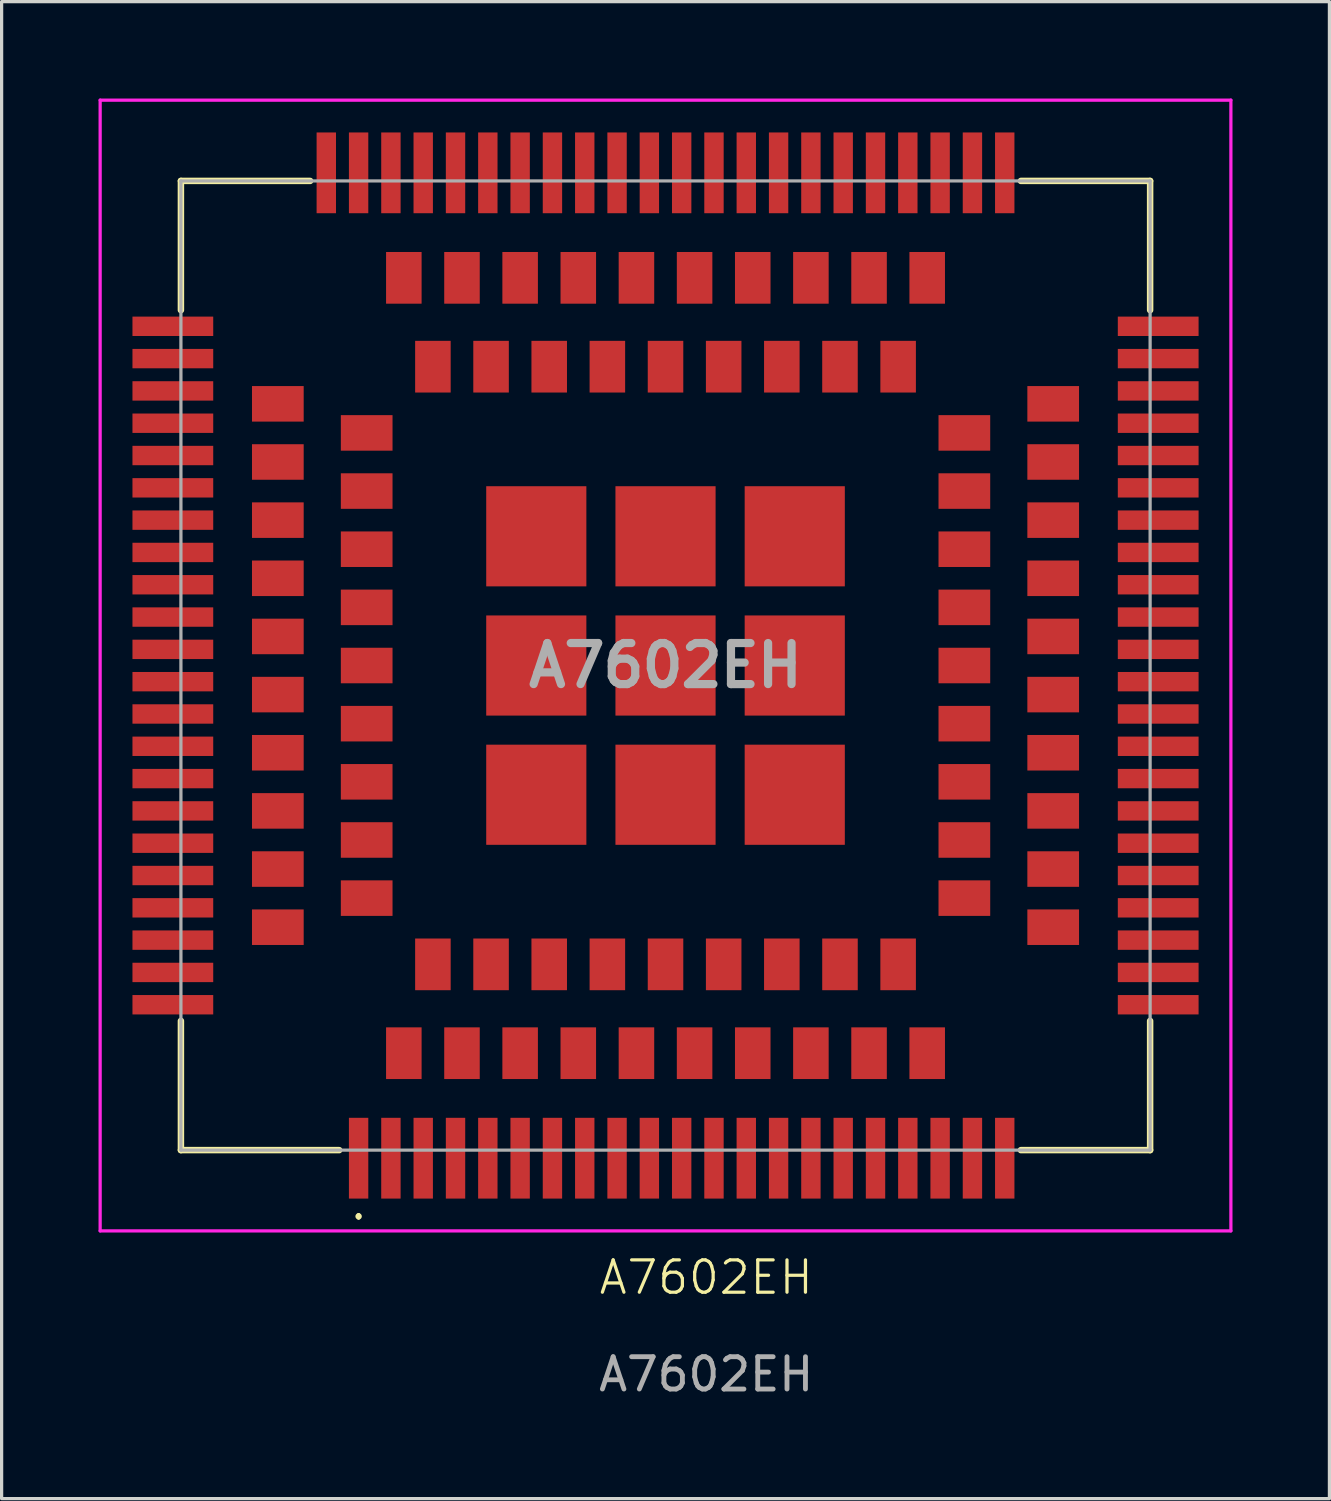
<source format=kicad_pcb>
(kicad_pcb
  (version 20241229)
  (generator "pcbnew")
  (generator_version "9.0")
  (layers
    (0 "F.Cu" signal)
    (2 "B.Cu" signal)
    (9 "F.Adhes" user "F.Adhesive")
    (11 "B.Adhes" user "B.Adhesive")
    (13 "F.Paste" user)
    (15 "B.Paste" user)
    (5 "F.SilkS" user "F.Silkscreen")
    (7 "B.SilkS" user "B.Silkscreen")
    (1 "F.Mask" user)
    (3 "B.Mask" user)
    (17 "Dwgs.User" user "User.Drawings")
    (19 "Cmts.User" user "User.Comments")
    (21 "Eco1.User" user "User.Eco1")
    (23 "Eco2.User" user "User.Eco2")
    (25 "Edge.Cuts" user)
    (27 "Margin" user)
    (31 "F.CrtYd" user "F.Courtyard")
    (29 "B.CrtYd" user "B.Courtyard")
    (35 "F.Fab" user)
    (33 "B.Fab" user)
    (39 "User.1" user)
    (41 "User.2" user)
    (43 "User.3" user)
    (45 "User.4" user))
  (footprint "A7602EH"
    (layer "F.Cu")
    (at 18.81 36.99)
    (property "Reference" "A7602EH" (at 0 -0.5 0) (unlocked yes) (layer "F.SilkS") (effects (font (size 1 1) (thickness 0.1))))
    (attr smd)
    (fp_line (start -16.26 -34.44) (end -16.26 -30.44) (stroke (width 0.2) (type solid)) (layer "F.SilkS"))
    (fp_line (start -16.26 -4.44) (end -16.26 -8.44) (stroke (width 0.2) (type solid)) (layer "F.SilkS"))
    (fp_line (start -12.26 -34.44) (end -16.26 -34.44) (stroke (width 0.2) (type solid)) (layer "F.SilkS"))
    (fp_line (start -11.36 -4.44) (end -16.26 -4.44) (stroke (width 0.2) (type solid)) (layer "F.SilkS"))
    (fp_line (start -10.76 -2.44) (end -10.76 -2.44) (stroke (width 0.1) (type solid)) (layer "F.SilkS"))
    (fp_line (start -10.76 -2.34) (end -10.76 -2.34) (stroke (width 0.1) (type solid)) (layer "F.SilkS"))
    (fp_line (start 9.74 -4.44) (end 13.74 -4.44) (stroke (width 0.2) (type solid)) (layer "F.SilkS"))
    (fp_line (start 13.74 -34.44) (end 9.74 -34.44) (stroke (width 0.2) (type solid)) (layer "F.SilkS"))
    (fp_line (start 13.74 -30.44) (end 13.74 -34.44) (stroke (width 0.2) (type solid)) (layer "F.SilkS"))
    (fp_line (start 13.74 -4.44) (end 13.74 -8.44) (stroke (width 0.2) (type solid)) (layer "F.SilkS"))
    (fp_arc (start -10.76 -2.44) (mid -10.71 -2.39) (end -10.76 -2.34) (stroke (width 0.1) (type solid)) (layer "F.SilkS"))
    (fp_arc (start -10.76 -2.34) (mid -10.81 -2.39) (end -10.76 -2.44) (stroke (width 0.1) (type solid)) (layer "F.SilkS"))
    (fp_line (start -18.76 -36.94) (end 16.24 -36.94) (stroke (width 0.1) (type solid)) (layer "F.CrtYd"))
    (fp_line (start -18.76 -1.94) (end -18.76 -36.94) (stroke (width 0.1) (type solid)) (layer "F.CrtYd"))
    (fp_line (start 16.24 -36.94) (end 16.24 -1.94) (stroke (width 0.1) (type solid)) (layer "F.CrtYd"))
    (fp_line (start 16.24 -1.94) (end -18.76 -1.94) (stroke (width 0.1) (type solid)) (layer "F.CrtYd"))
    (fp_line (start -16.26 -34.44) (end 13.74 -34.44) (stroke (width 0.1) (type solid)) (layer "F.Fab"))
    (fp_line (start -16.26 -4.44) (end -16.26 -34.44) (stroke (width 0.1) (type solid)) (layer "F.Fab"))
    (fp_line (start 13.74 -34.44) (end 13.74 -4.44) (stroke (width 0.1) (type solid)) (layer "F.Fab"))
    (fp_line (start 13.74 -4.44) (end -16.26 -4.44) (stroke (width 0.1) (type solid)) (layer "F.Fab"))
    (fp_text user "${REFERENCE}" (at 0 2.5 0) (unlocked yes) (layer "F.Fab") (effects (font (size 1 1) (thickness 0.15))))
    (fp_text user "${REFERENCE}" (at -1.26 -19.44 0) (layer "F.Fab") (effects (font (size 1.27 1.27) (thickness 0.254))))
    (pad "1" smd rect (at -10.76 -4.19) (size 0.6 2.5) (layers "F.Cu" "F.Mask" "F.Paste"))
    (pad "2" smd rect (at -9.76 -4.19) (size 0.6 2.5) (layers "F.Cu" "F.Mask" "F.Paste"))
    (pad "3" smd rect (at -8.76 -4.19) (size 0.6 2.5) (layers "F.Cu" "F.Mask" "F.Paste"))
    (pad "4" smd rect (at -7.76 -4.19) (size 0.6 2.5) (layers "F.Cu" "F.Mask" "F.Paste"))
    (pad "5" smd rect (at -6.76 -4.19) (size 0.6 2.5) (layers "F.Cu" "F.Mask" "F.Paste"))
    (pad "6" smd rect (at -5.76 -4.19) (size 0.6 2.5) (layers "F.Cu" "F.Mask" "F.Paste"))
    (pad "7" smd rect (at -4.76 -4.19) (size 0.6 2.5) (layers "F.Cu" "F.Mask" "F.Paste"))
    (pad "8" smd rect (at -3.76 -4.19) (size 0.6 2.5) (layers "F.Cu" "F.Mask" "F.Paste"))
    (pad "9" smd rect (at -2.76 -4.19) (size 0.6 2.5) (layers "F.Cu" "F.Mask" "F.Paste"))
    (pad "10" smd rect (at -1.76 -4.19) (size 0.6 2.5) (layers "F.Cu" "F.Mask" "F.Paste"))
    (pad "11" smd rect (at -0.76 -4.19) (size 0.6 2.5) (layers "F.Cu" "F.Mask" "F.Paste"))
    (pad "12" smd rect (at 0.24 -4.19) (size 0.6 2.5) (layers "F.Cu" "F.Mask" "F.Paste"))
    (pad "13" smd rect (at 1.24 -4.19) (size 0.6 2.5) (layers "F.Cu" "F.Mask" "F.Paste"))
    (pad "14" smd rect (at 2.24 -4.19) (size 0.6 2.5) (layers "F.Cu" "F.Mask" "F.Paste"))
    (pad "15" smd rect (at 3.24 -4.19) (size 0.6 2.5) (layers "F.Cu" "F.Mask" "F.Paste"))
    (pad "16" smd rect (at 4.24 -4.19) (size 0.6 2.5) (layers "F.Cu" "F.Mask" "F.Paste"))
    (pad "17" smd rect (at 5.24 -4.19) (size 0.6 2.5) (layers "F.Cu" "F.Mask" "F.Paste"))
    (pad "18" smd rect (at 6.24 -4.19) (size 0.6 2.5) (layers "F.Cu" "F.Mask" "F.Paste"))
    (pad "19" smd rect (at 7.24 -4.19) (size 0.6 2.5) (layers "F.Cu" "F.Mask" "F.Paste"))
    (pad "20" smd rect (at 8.24 -4.19) (size 0.6 2.5) (layers "F.Cu" "F.Mask" "F.Paste"))
    (pad "21" smd rect (at 13.99 -9.94 90) (size 0.6 2.5) (layers "F.Cu" "F.Mask" "F.Paste"))
    (pad "22" smd rect (at 13.99 -10.94 90) (size 0.6 2.5) (layers "F.Cu" "F.Mask" "F.Paste"))
    (pad "23" smd rect (at 13.99 -11.94 90) (size 0.6 2.5) (layers "F.Cu" "F.Mask" "F.Paste"))
    (pad "24" smd rect (at 13.99 -12.94 90) (size 0.6 2.5) (layers "F.Cu" "F.Mask" "F.Paste"))
    (pad "25" smd rect (at 13.99 -13.94 90) (size 0.6 2.5) (layers "F.Cu" "F.Mask" "F.Paste"))
    (pad "26" smd rect (at 13.99 -14.94 90) (size 0.6 2.5) (layers "F.Cu" "F.Mask" "F.Paste"))
    (pad "27" smd rect (at 13.99 -15.94 90) (size 0.6 2.5) (layers "F.Cu" "F.Mask" "F.Paste"))
    (pad "28" smd rect (at 13.99 -16.94 90) (size 0.6 2.5) (layers "F.Cu" "F.Mask" "F.Paste"))
    (pad "29" smd rect (at 13.99 -17.94 90) (size 0.6 2.5) (layers "F.Cu" "F.Mask" "F.Paste"))
    (pad "30" smd rect (at 13.99 -18.94 90) (size 0.6 2.5) (layers "F.Cu" "F.Mask" "F.Paste"))
    (pad "31" smd rect (at 13.99 -19.94 90) (size 0.6 2.5) (layers "F.Cu" "F.Mask" "F.Paste"))
    (pad "32" smd rect (at 13.99 -20.94 90) (size 0.6 2.5) (layers "F.Cu" "F.Mask" "F.Paste"))
    (pad "33" smd rect (at 13.99 -21.94 90) (size 0.6 2.5) (layers "F.Cu" "F.Mask" "F.Paste"))
    (pad "34" smd rect (at 13.99 -22.94 90) (size 0.6 2.5) (layers "F.Cu" "F.Mask" "F.Paste"))
    (pad "35" smd rect (at 13.99 -23.94 90) (size 0.6 2.5) (layers "F.Cu" "F.Mask" "F.Paste"))
    (pad "36" smd rect (at 13.99 -24.94 90) (size 0.6 2.5) (layers "F.Cu" "F.Mask" "F.Paste"))
    (pad "37" smd rect (at 13.99 -25.94 90) (size 0.6 2.5) (layers "F.Cu" "F.Mask" "F.Paste"))
    (pad "38" smd rect (at 13.99 -26.94 90) (size 0.6 2.5) (layers "F.Cu" "F.Mask" "F.Paste"))
    (pad "39" smd rect (at 13.99 -27.94 90) (size 0.6 2.5) (layers "F.Cu" "F.Mask" "F.Paste"))
    (pad "40" smd rect (at 13.99 -28.94 90) (size 0.6 2.5) (layers "F.Cu" "F.Mask" "F.Paste"))
    (pad "41" smd rect (at 8.24 -34.69) (size 0.6 2.5) (layers "F.Cu" "F.Mask" "F.Paste"))
    (pad "42" smd rect (at 7.24 -34.69) (size 0.6 2.5) (layers "F.Cu" "F.Mask" "F.Paste"))
    (pad "43" smd rect (at 6.24 -34.69) (size 0.6 2.5) (layers "F.Cu" "F.Mask" "F.Paste"))
    (pad "44" smd rect (at 5.24 -34.69) (size 0.6 2.5) (layers "F.Cu" "F.Mask" "F.Paste"))
    (pad "45" smd rect (at 4.24 -34.69) (size 0.6 2.5) (layers "F.Cu" "F.Mask" "F.Paste"))
    (pad "46" smd rect (at 3.24 -34.69) (size 0.6 2.5) (layers "F.Cu" "F.Mask" "F.Paste"))
    (pad "47" smd rect (at 2.24 -34.69) (size 0.6 2.5) (layers "F.Cu" "F.Mask" "F.Paste"))
    (pad "48" smd rect (at 1.24 -34.69) (size 0.6 2.5) (layers "F.Cu" "F.Mask" "F.Paste"))
    (pad "49" smd rect (at 0.24 -34.69) (size 0.6 2.5) (layers "F.Cu" "F.Mask" "F.Paste"))
    (pad "50" smd rect (at -0.76 -34.69) (size 0.6 2.5) (layers "F.Cu" "F.Mask" "F.Paste"))
    (pad "51" smd rect (at -1.76 -34.69) (size 0.6 2.5) (layers "F.Cu" "F.Mask" "F.Paste"))
    (pad "52" smd rect (at -2.76 -34.69) (size 0.6 2.5) (layers "F.Cu" "F.Mask" "F.Paste"))
    (pad "53" smd rect (at -3.76 -34.69) (size 0.6 2.5) (layers "F.Cu" "F.Mask" "F.Paste"))
    (pad "54" smd rect (at -4.76 -34.69) (size 0.6 2.5) (layers "F.Cu" "F.Mask" "F.Paste"))
    (pad "55" smd rect (at -5.76 -34.69) (size 0.6 2.5) (layers "F.Cu" "F.Mask" "F.Paste"))
    (pad "56" smd rect (at -6.76 -34.69) (size 0.6 2.5) (layers "F.Cu" "F.Mask" "F.Paste"))
    (pad "57" smd rect (at -7.76 -34.69) (size 0.6 2.5) (layers "F.Cu" "F.Mask" "F.Paste"))
    (pad "58" smd rect (at -8.76 -34.69) (size 0.6 2.5) (layers "F.Cu" "F.Mask" "F.Paste"))
    (pad "59" smd rect (at -9.76 -34.69) (size 0.6 2.5) (layers "F.Cu" "F.Mask" "F.Paste"))
    (pad "60" smd rect (at -10.76 -34.69) (size 0.6 2.5) (layers "F.Cu" "F.Mask" "F.Paste"))
    (pad "61" smd rect (at -16.51 -28.94 90) (size 0.6 2.5) (layers "F.Cu" "F.Mask" "F.Paste"))
    (pad "62" smd rect (at -16.51 -27.94 90) (size 0.6 2.5) (layers "F.Cu" "F.Mask" "F.Paste"))
    (pad "63" smd rect (at -16.51 -26.94 90) (size 0.6 2.5) (layers "F.Cu" "F.Mask" "F.Paste"))
    (pad "64" smd rect (at -16.51 -25.94 90) (size 0.6 2.5) (layers "F.Cu" "F.Mask" "F.Paste"))
    (pad "65" smd rect (at -16.51 -24.94 90) (size 0.6 2.5) (layers "F.Cu" "F.Mask" "F.Paste"))
    (pad "66" smd rect (at -16.51 -23.94 90) (size 0.6 2.5) (layers "F.Cu" "F.Mask" "F.Paste"))
    (pad "67" smd rect (at -16.51 -22.94 90) (size 0.6 2.5) (layers "F.Cu" "F.Mask" "F.Paste"))
    (pad "68" smd rect (at -16.51 -21.94 90) (size 0.6 2.5) (layers "F.Cu" "F.Mask" "F.Paste"))
    (pad "69" smd rect (at -16.51 -20.94 90) (size 0.6 2.5) (layers "F.Cu" "F.Mask" "F.Paste"))
    (pad "70" smd rect (at -16.51 -19.94 90) (size 0.6 2.5) (layers "F.Cu" "F.Mask" "F.Paste"))
    (pad "71" smd rect (at -16.51 -18.94 90) (size 0.6 2.5) (layers "F.Cu" "F.Mask" "F.Paste"))
    (pad "72" smd rect (at -16.51 -17.94 90) (size 0.6 2.5) (layers "F.Cu" "F.Mask" "F.Paste"))
    (pad "73" smd rect (at -16.51 -16.94 90) (size 0.6 2.5) (layers "F.Cu" "F.Mask" "F.Paste"))
    (pad "74" smd rect (at -16.51 -15.94 90) (size 0.6 2.5) (layers "F.Cu" "F.Mask" "F.Paste"))
    (pad "75" smd rect (at -16.51 -14.94 90) (size 0.6 2.5) (layers "F.Cu" "F.Mask" "F.Paste"))
    (pad "76" smd rect (at -16.51 -13.94 90) (size 0.6 2.5) (layers "F.Cu" "F.Mask" "F.Paste"))
    (pad "77" smd rect (at -16.51 -12.94 90) (size 0.6 2.5) (layers "F.Cu" "F.Mask" "F.Paste"))
    (pad "78" smd rect (at -16.51 -11.94 90) (size 0.6 2.5) (layers "F.Cu" "F.Mask" "F.Paste"))
    (pad "79" smd rect (at -16.51 -10.94 90) (size 0.6 2.5) (layers "F.Cu" "F.Mask" "F.Paste"))
    (pad "80" smd rect (at -16.51 -9.94 90) (size 0.6 2.5) (layers "F.Cu" "F.Mask" "F.Paste"))
    (pad "81" smd rect (at 9.24 -4.19) (size 0.6 2.5) (layers "F.Cu" "F.Mask" "F.Paste"))
    (pad "82" smd rect (at 9.24 -34.69) (size 0.6 2.5) (layers "F.Cu" "F.Mask" "F.Paste"))
    (pad "83" smd rect (at 13.99 -29.94 90) (size 0.6 2.5) (layers "F.Cu" "F.Mask" "F.Paste"))
    (pad "84" smd rect (at 13.99 -8.94 90) (size 0.6 2.5) (layers "F.Cu" "F.Mask" "F.Paste"))
    (pad "85" smd rect (at -11.76 -34.69) (size 0.6 2.5) (layers "F.Cu" "F.Mask" "F.Paste"))
    (pad "86" smd rect (at -16.51 -8.94 90) (size 0.6 2.5) (layers "F.Cu" "F.Mask" "F.Paste"))
    (pad "87" smd rect (at -16.51 -29.94 90) (size 0.6 2.5) (layers "F.Cu" "F.Mask" "F.Paste"))
    (pad "88" smd rect (at -7.56 -7.44) (size 1.1 1.6) (layers "F.Cu" "F.Mask" "F.Paste"))
    (pad "89" smd rect (at -5.76 -7.44) (size 1.1 1.6) (layers "F.Cu" "F.Mask" "F.Paste"))
    (pad "90" smd rect (at -3.96 -7.44) (size 1.1 1.6) (layers "F.Cu" "F.Mask" "F.Paste"))
    (pad "91" smd rect (at -2.16 -7.44) (size 1.1 1.6) (layers "F.Cu" "F.Mask" "F.Paste"))
    (pad "92" smd rect (at -0.36 -7.44) (size 1.1 1.6) (layers "F.Cu" "F.Mask" "F.Paste"))
    (pad "93" smd rect (at 1.44 -7.44) (size 1.1 1.6) (layers "F.Cu" "F.Mask" "F.Paste"))
    (pad "94" smd rect (at 3.24 -7.44) (size 1.1 1.6) (layers "F.Cu" "F.Mask" "F.Paste"))
    (pad "95" smd rect (at 5.04 -7.44) (size 1.1 1.6) (layers "F.Cu" "F.Mask" "F.Paste"))
    (pad "96" smd rect (at 10.74 -13.14 90) (size 1.1 1.6) (layers "F.Cu" "F.Mask" "F.Paste"))
    (pad "97" smd rect (at 10.74 -14.94 90) (size 1.1 1.6) (layers "F.Cu" "F.Mask" "F.Paste"))
    (pad "98" smd rect (at 10.74 -16.74 90) (size 1.1 1.6) (layers "F.Cu" "F.Mask" "F.Paste"))
    (pad "99" smd rect (at 10.74 -18.54 90) (size 1.1 1.6) (layers "F.Cu" "F.Mask" "F.Paste"))
    (pad "100" smd rect (at 10.74 -20.34 90) (size 1.1 1.6) (layers "F.Cu" "F.Mask" "F.Paste"))
    (pad "101" smd rect (at 10.74 -22.14 90) (size 1.1 1.6) (layers "F.Cu" "F.Mask" "F.Paste"))
    (pad "102" smd rect (at 10.74 -23.94 90) (size 1.1 1.6) (layers "F.Cu" "F.Mask" "F.Paste"))
    (pad "103" smd rect (at 10.74 -25.74 90) (size 1.1 1.6) (layers "F.Cu" "F.Mask" "F.Paste"))
    (pad "104" smd rect (at 5.04 -31.44) (size 1.1 1.6) (layers "F.Cu" "F.Mask" "F.Paste"))
    (pad "105" smd rect (at 3.24 -31.44) (size 1.1 1.6) (layers "F.Cu" "F.Mask" "F.Paste"))
    (pad "106" smd rect (at 1.44 -31.44) (size 1.1 1.6) (layers "F.Cu" "F.Mask" "F.Paste"))
    (pad "107" smd rect (at -0.36 -31.44) (size 1.1 1.6) (layers "F.Cu" "F.Mask" "F.Paste"))
    (pad "108" smd rect (at -2.16 -31.44) (size 1.1 1.6) (layers "F.Cu" "F.Mask" "F.Paste"))
    (pad "109" smd rect (at -3.96 -31.44) (size 1.1 1.6) (layers "F.Cu" "F.Mask" "F.Paste"))
    (pad "110" smd rect (at -5.76 -31.44) (size 1.1 1.6) (layers "F.Cu" "F.Mask" "F.Paste"))
    (pad "111" smd rect (at -7.56 -31.44) (size 1.1 1.6) (layers "F.Cu" "F.Mask" "F.Paste"))
    (pad "112" smd rect (at -13.26 -25.74 90) (size 1.1 1.6) (layers "F.Cu" "F.Mask" "F.Paste"))
    (pad "113" smd rect (at -13.26 -23.94 90) (size 1.1 1.6) (layers "F.Cu" "F.Mask" "F.Paste"))
    (pad "114" smd rect (at -13.26 -22.14 90) (size 1.1 1.6) (layers "F.Cu" "F.Mask" "F.Paste"))
    (pad "115" smd rect (at -13.26 -20.34 90) (size 1.1 1.6) (layers "F.Cu" "F.Mask" "F.Paste"))
    (pad "116" smd rect (at -13.26 -18.54 90) (size 1.1 1.6) (layers "F.Cu" "F.Mask" "F.Paste"))
    (pad "117" smd rect (at -13.26 -16.74 90) (size 1.1 1.6) (layers "F.Cu" "F.Mask" "F.Paste"))
    (pad "118" smd rect (at -13.26 -14.94 90) (size 1.1 1.6) (layers "F.Cu" "F.Mask" "F.Paste"))
    (pad "119" smd rect (at -13.26 -13.14 90) (size 1.1 1.6) (layers "F.Cu" "F.Mask" "F.Paste"))
    (pad "120" smd rect (at -9.36 -7.44) (size 1.1 1.6) (layers "F.Cu" "F.Mask" "F.Paste"))
    (pad "121" smd rect (at 6.84 -7.44) (size 1.1 1.6) (layers "F.Cu" "F.Mask" "F.Paste"))
    (pad "122" smd rect (at 10.74 -11.34 90) (size 1.1 1.6) (layers "F.Cu" "F.Mask" "F.Paste"))
    (pad "123" smd rect (at 10.74 -27.54 90) (size 1.1 1.6) (layers "F.Cu" "F.Mask" "F.Paste"))
    (pad "124" smd rect (at 6.84 -31.44) (size 1.1 1.6) (layers "F.Cu" "F.Mask" "F.Paste"))
    (pad "125" smd rect (at -9.36 -31.44) (size 1.1 1.6) (layers "F.Cu" "F.Mask" "F.Paste"))
    (pad "126" smd rect (at -13.26 -27.54 90) (size 1.1 1.6) (layers "F.Cu" "F.Mask" "F.Paste"))
    (pad "127" smd rect (at -13.26 -11.34 90) (size 1.1 1.6) (layers "F.Cu" "F.Mask" "F.Paste"))
    (pad "128" smd rect (at -8.46 -10.19) (size 1.1 1.6) (layers "F.Cu" "F.Mask" "F.Paste"))
    (pad "129" smd rect (at -6.66 -10.19) (size 1.1 1.6) (layers "F.Cu" "F.Mask" "F.Paste"))
    (pad "130" smd rect (at -4.86 -10.19) (size 1.1 1.6) (layers "F.Cu" "F.Mask" "F.Paste"))
    (pad "131" smd rect (at -3.06 -10.19) (size 1.1 1.6) (layers "F.Cu" "F.Mask" "F.Paste"))
    (pad "132" smd rect (at -1.26 -10.19) (size 1.1 1.6) (layers "F.Cu" "F.Mask" "F.Paste"))
    (pad "133" smd rect (at 0.54 -10.19) (size 1.1 1.6) (layers "F.Cu" "F.Mask" "F.Paste"))
    (pad "134" smd rect (at 2.34 -10.19) (size 1.1 1.6) (layers "F.Cu" "F.Mask" "F.Paste"))
    (pad "135" smd rect (at 4.14 -10.19) (size 1.1 1.6) (layers "F.Cu" "F.Mask" "F.Paste"))
    (pad "136" smd rect (at 5.94 -10.19) (size 1.1 1.6) (layers "F.Cu" "F.Mask" "F.Paste"))
    (pad "137" smd rect (at 7.99 -12.24 90) (size 1.1 1.6) (layers "F.Cu" "F.Mask" "F.Paste"))
    (pad "138" smd rect (at 7.99 -14.04 90) (size 1.1 1.6) (layers "F.Cu" "F.Mask" "F.Paste"))
    (pad "139" smd rect (at 7.99 -15.84 90) (size 1.1 1.6) (layers "F.Cu" "F.Mask" "F.Paste"))
    (pad "140" smd rect (at 7.99 -17.64 90) (size 1.1 1.6) (layers "F.Cu" "F.Mask" "F.Paste"))
    (pad "141" smd rect (at 7.99 -19.44 90) (size 1.1 1.6) (layers "F.Cu" "F.Mask" "F.Paste"))
    (pad "142" smd rect (at 7.99 -21.24 90) (size 1.1 1.6) (layers "F.Cu" "F.Mask" "F.Paste"))
    (pad "143" smd rect (at 7.99 -23.04 90) (size 1.1 1.6) (layers "F.Cu" "F.Mask" "F.Paste"))
    (pad "144" smd rect (at 7.99 -24.84 90) (size 1.1 1.6) (layers "F.Cu" "F.Mask" "F.Paste"))
    (pad "145" smd rect (at 7.99 -26.64 90) (size 1.1 1.6) (layers "F.Cu" "F.Mask" "F.Paste"))
    (pad "146" smd rect (at 5.94 -28.69) (size 1.1 1.6) (layers "F.Cu" "F.Mask" "F.Paste"))
    (pad "147" smd rect (at 4.14 -28.69) (size 1.1 1.6) (layers "F.Cu" "F.Mask" "F.Paste"))
    (pad "148" smd rect (at 2.34 -28.69) (size 1.1 1.6) (layers "F.Cu" "F.Mask" "F.Paste"))
    (pad "149" smd rect (at 0.54 -28.69) (size 1.1 1.6) (layers "F.Cu" "F.Mask" "F.Paste"))
    (pad "150" smd rect (at -1.26 -28.69) (size 1.1 1.6) (layers "F.Cu" "F.Mask" "F.Paste"))
    (pad "151" smd rect (at -3.06 -28.69) (size 1.1 1.6) (layers "F.Cu" "F.Mask" "F.Paste"))
    (pad "152" smd rect (at -4.86 -28.69) (size 1.1 1.6) (layers "F.Cu" "F.Mask" "F.Paste"))
    (pad "153" smd rect (at -6.66 -28.69) (size 1.1 1.6) (layers "F.Cu" "F.Mask" "F.Paste"))
    (pad "154" smd rect (at -8.46 -28.69) (size 1.1 1.6) (layers "F.Cu" "F.Mask" "F.Paste"))
    (pad "155" smd rect (at -10.51 -26.64 90) (size 1.1 1.6) (layers "F.Cu" "F.Mask" "F.Paste"))
    (pad "156" smd rect (at -10.51 -24.84 90) (size 1.1 1.6) (layers "F.Cu" "F.Mask" "F.Paste"))
    (pad "157" smd rect (at -10.51 -23.04 90) (size 1.1 1.6) (layers "F.Cu" "F.Mask" "F.Paste"))
    (pad "158" smd rect (at -10.51 -21.24 90) (size 1.1 1.6) (layers "F.Cu" "F.Mask" "F.Paste"))
    (pad "159" smd rect (at -10.51 -19.44 90) (size 1.1 1.6) (layers "F.Cu" "F.Mask" "F.Paste"))
    (pad "160" smd rect (at -10.51 -17.64 90) (size 1.1 1.6) (layers "F.Cu" "F.Mask" "F.Paste"))
    (pad "161" smd rect (at -10.51 -15.84 90) (size 1.1 1.6) (layers "F.Cu" "F.Mask" "F.Paste"))
    (pad "162" smd rect (at -10.51 -14.04 90) (size 1.1 1.6) (layers "F.Cu" "F.Mask" "F.Paste"))
    (pad "163" smd rect (at -10.51 -12.24 90) (size 1.1 1.6) (layers "F.Cu" "F.Mask" "F.Paste"))
    (pad "164" smd rect (at -5.26 -15.44) (size 3.1 3.1) (layers "F.Cu" "F.Mask" "F.Paste"))
    (pad "165" smd rect (at -1.26 -15.44) (size 3.1 3.1) (layers "F.Cu" "F.Mask" "F.Paste"))
    (pad "166" smd rect (at 2.74 -15.44) (size 3.1 3.1) (layers "F.Cu" "F.Mask" "F.Paste"))
    (pad "167" smd rect (at 2.74 -19.44) (size 3.1 3.1) (layers "F.Cu" "F.Mask" "F.Paste"))
    (pad "168" smd rect (at 2.74 -23.44) (size 3.1 3.1) (layers "F.Cu" "F.Mask" "F.Paste"))
    (pad "169" smd rect (at -1.26 -23.44) (size 3.1 3.1) (layers "F.Cu" "F.Mask" "F.Paste"))
    (pad "170" smd rect (at -5.26 -23.44) (size 3.1 3.1) (layers "F.Cu" "F.Mask" "F.Paste"))
    (pad "171" smd rect (at -5.26 -19.44) (size 3.1 3.1) (layers "F.Cu" "F.Mask" "F.Paste"))
    (pad "172" smd rect (at -1.26 -19.44) (size 3.1 3.1) (layers "F.Cu" "F.Mask" "F.Paste")))
  (gr_rect
    (start -3 -3)
    (end 38.1 43.338)
    (stroke (width 0.1) (type default))
    (fill no)
    (layer "Edge.Cuts")))
</source>
